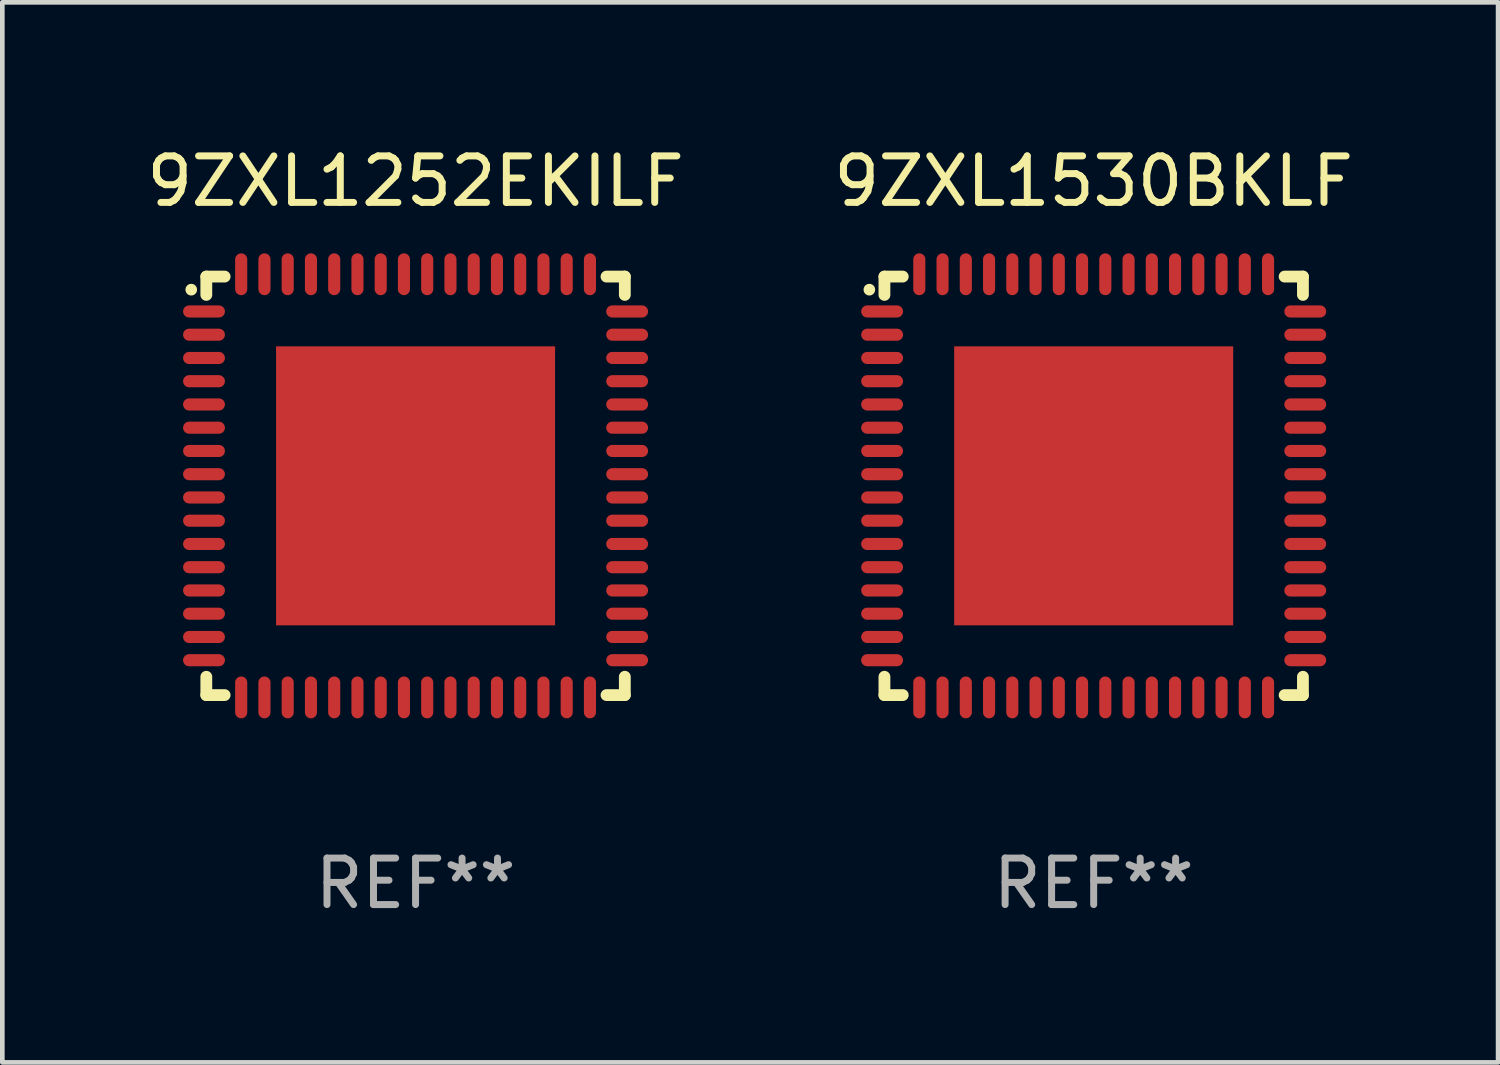
<source format=kicad_pcb>
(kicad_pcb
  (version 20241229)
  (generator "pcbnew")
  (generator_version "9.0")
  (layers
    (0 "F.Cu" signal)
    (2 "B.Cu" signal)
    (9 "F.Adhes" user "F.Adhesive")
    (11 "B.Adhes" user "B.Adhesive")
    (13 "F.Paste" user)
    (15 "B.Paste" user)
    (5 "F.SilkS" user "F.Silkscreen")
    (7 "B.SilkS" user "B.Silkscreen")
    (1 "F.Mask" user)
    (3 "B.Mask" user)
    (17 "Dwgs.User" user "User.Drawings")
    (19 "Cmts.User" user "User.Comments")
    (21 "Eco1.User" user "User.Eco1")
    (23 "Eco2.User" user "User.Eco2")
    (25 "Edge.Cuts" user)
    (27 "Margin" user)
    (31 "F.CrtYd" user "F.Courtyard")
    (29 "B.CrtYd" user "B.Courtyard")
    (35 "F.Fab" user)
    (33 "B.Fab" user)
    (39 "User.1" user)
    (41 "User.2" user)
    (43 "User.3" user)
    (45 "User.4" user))
  (footprint "9ZXL1530BKLF"
    (layer "F.Cu")
    (at 20.47 7.398)
    (property "Reference" "9ZXL1530BKLF" (at 0 -6.55 0) (layer "F.SilkS") (effects (font (size 1 1) (thickness 0.15))))
    (attr through_hole)
    (fp_line (start -4.5 -4.5) (end -4.106 -4.5) (stroke (width 0.254) (type solid)) (layer "F.SilkS"))
    (fp_line (start -4.5 -4.106) (end -4.5 -4.5) (stroke (width 0.254) (type solid)) (layer "F.SilkS"))
    (fp_line (start -4.5 4.5) (end -4.5 4.106) (stroke (width 0.254) (type solid)) (layer "F.SilkS"))
    (fp_line (start -4.106 4.5) (end -4.5 4.5) (stroke (width 0.254) (type solid)) (layer "F.SilkS"))
    (fp_line (start 4.106 -4.5) (end 4.5 -4.5) (stroke (width 0.254) (type solid)) (layer "F.SilkS"))
    (fp_line (start 4.5 -4.5) (end 4.5 -4.106) (stroke (width 0.254) (type solid)) (layer "F.SilkS"))
    (fp_line (start 4.5 4.106) (end 4.5 4.5) (stroke (width 0.254) (type solid)) (layer "F.SilkS"))
    (fp_line (start 4.5 4.5) (end 4.106 4.5) (stroke (width 0.254) (type solid)) (layer "F.SilkS"))
    (fp_arc (start -4.824308 -4.217501) (mid -4.824314 -4.218771) (end -4.824308 -4.220041) (stroke (width 0.24892) (type solid)) (layer "F.SilkS"))
    (fp_text user "REF**" (at 0 8.55 0) (layer "F.Fab") (effects (font (size 1 1) (thickness 0.15))))
    (pad "1" smd oval (at -4.55 -3.75) (size 0.9 0.26) (layers "F.Cu" "F.Mask" "F.Paste"))
    (pad "2" smd oval (at -4.55 -3.25) (size 0.9 0.26) (layers "F.Cu" "F.Mask" "F.Paste"))
    (pad "3" smd oval (at -4.55 -2.75) (size 0.9 0.26) (layers "F.Cu" "F.Mask" "F.Paste"))
    (pad "4" smd oval (at -4.55 -2.25) (size 0.9 0.26) (layers "F.Cu" "F.Mask" "F.Paste"))
    (pad "5" smd oval (at -4.55 -1.75) (size 0.9 0.26) (layers "F.Cu" "F.Mask" "F.Paste"))
    (pad "6" smd oval (at -4.55 -1.25) (size 0.9 0.26) (layers "F.Cu" "F.Mask" "F.Paste"))
    (pad "7" smd oval (at -4.55 -0.75) (size 0.9 0.26) (layers "F.Cu" "F.Mask" "F.Paste"))
    (pad "8" smd oval (at -4.55 -0.25) (size 0.9 0.26) (layers "F.Cu" "F.Mask" "F.Paste"))
    (pad "9" smd oval (at -4.55 0.25) (size 0.9 0.26) (layers "F.Cu" "F.Mask" "F.Paste"))
    (pad "10" smd oval (at -4.55 0.75) (size 0.9 0.26) (layers "F.Cu" "F.Mask" "F.Paste"))
    (pad "11" smd oval (at -4.55 1.25) (size 0.9 0.26) (layers "F.Cu" "F.Mask" "F.Paste"))
    (pad "12" smd oval (at -4.55 1.75) (size 0.9 0.26) (layers "F.Cu" "F.Mask" "F.Paste"))
    (pad "13" smd oval (at -4.55 2.25) (size 0.9 0.26) (layers "F.Cu" "F.Mask" "F.Paste"))
    (pad "14" smd oval (at -4.55 2.75) (size 0.9 0.26) (layers "F.Cu" "F.Mask" "F.Paste"))
    (pad "15" smd oval (at -4.55 3.25) (size 0.9 0.26) (layers "F.Cu" "F.Mask" "F.Paste"))
    (pad "16" smd oval (at -4.55 3.75) (size 0.9 0.26) (layers "F.Cu" "F.Mask" "F.Paste"))
    (pad "17" smd oval (at -3.75 4.55) (size 0.26 0.9) (layers "F.Cu" "F.Mask" "F.Paste"))
    (pad "18" smd oval (at -3.25 4.55) (size 0.26 0.9) (layers "F.Cu" "F.Mask" "F.Paste"))
    (pad "19" smd oval (at -2.75 4.55) (size 0.26 0.9) (layers "F.Cu" "F.Mask" "F.Paste"))
    (pad "20" smd oval (at -2.25 4.55) (size 0.26 0.9) (layers "F.Cu" "F.Mask" "F.Paste"))
    (pad "21" smd oval (at -1.75 4.55) (size 0.26 0.9) (layers "F.Cu" "F.Mask" "F.Paste"))
    (pad "22" smd oval (at -1.25 4.55) (size 0.26 0.9) (layers "F.Cu" "F.Mask" "F.Paste"))
    (pad "23" smd oval (at -0.75 4.55) (size 0.26 0.9) (layers "F.Cu" "F.Mask" "F.Paste"))
    (pad "24" smd oval (at -0.25 4.55) (size 0.26 0.9) (layers "F.Cu" "F.Mask" "F.Paste"))
    (pad "25" smd oval (at 0.25 4.55) (size 0.26 0.9) (layers "F.Cu" "F.Mask" "F.Paste"))
    (pad "26" smd oval (at 0.75 4.55) (size 0.26 0.9) (layers "F.Cu" "F.Mask" "F.Paste"))
    (pad "27" smd oval (at 1.25 4.55) (size 0.26 0.9) (layers "F.Cu" "F.Mask" "F.Paste"))
    (pad "28" smd oval (at 1.75 4.55) (size 0.26 0.9) (layers "F.Cu" "F.Mask" "F.Paste"))
    (pad "29" smd oval (at 2.25 4.55) (size 0.26 0.9) (layers "F.Cu" "F.Mask" "F.Paste"))
    (pad "30" smd oval (at 2.75 4.55) (size 0.26 0.9) (layers "F.Cu" "F.Mask" "F.Paste"))
    (pad "31" smd oval (at 3.25 4.55) (size 0.26 0.9) (layers "F.Cu" "F.Mask" "F.Paste"))
    (pad "32" smd oval (at 3.75 4.55) (size 0.26 0.9) (layers "F.Cu" "F.Mask" "F.Paste"))
    (pad "33" smd oval (at 4.55 3.75) (size 0.9 0.26) (layers "F.Cu" "F.Mask" "F.Paste"))
    (pad "34" smd oval (at 4.55 3.25) (size 0.9 0.26) (layers "F.Cu" "F.Mask" "F.Paste"))
    (pad "35" smd oval (at 4.55 2.75) (size 0.9 0.26) (layers "F.Cu" "F.Mask" "F.Paste"))
    (pad "36" smd oval (at 4.55 2.25) (size 0.9 0.26) (layers "F.Cu" "F.Mask" "F.Paste"))
    (pad "37" smd oval (at 4.55 1.75) (size 0.9 0.26) (layers "F.Cu" "F.Mask" "F.Paste"))
    (pad "38" smd oval (at 4.55 1.25) (size 0.9 0.26) (layers "F.Cu" "F.Mask" "F.Paste"))
    (pad "39" smd oval (at 4.55 0.75) (size 0.9 0.26) (layers "F.Cu" "F.Mask" "F.Paste"))
    (pad "40" smd oval (at 4.55 0.25) (size 0.9 0.26) (layers "F.Cu" "F.Mask" "F.Paste"))
    (pad "41" smd oval (at 4.55 -0.25) (size 0.9 0.26) (layers "F.Cu" "F.Mask" "F.Paste"))
    (pad "42" smd oval (at 4.55 -0.75) (size 0.9 0.26) (layers "F.Cu" "F.Mask" "F.Paste"))
    (pad "43" smd oval (at 4.55 -1.25) (size 0.9 0.26) (layers "F.Cu" "F.Mask" "F.Paste"))
    (pad "44" smd oval (at 4.55 -1.75) (size 0.9 0.26) (layers "F.Cu" "F.Mask" "F.Paste"))
    (pad "45" smd oval (at 4.55 -2.25) (size 0.9 0.26) (layers "F.Cu" "F.Mask" "F.Paste"))
    (pad "46" smd oval (at 4.55 -2.75) (size 0.9 0.26) (layers "F.Cu" "F.Mask" "F.Paste"))
    (pad "47" smd oval (at 4.55 -3.25) (size 0.9 0.26) (layers "F.Cu" "F.Mask" "F.Paste"))
    (pad "48" smd oval (at 4.55 -3.75) (size 0.9 0.26) (layers "F.Cu" "F.Mask" "F.Paste"))
    (pad "49" smd oval (at 3.75 -4.55) (size 0.26 0.9) (layers "F.Cu" "F.Mask" "F.Paste"))
    (pad "50" smd oval (at 3.25 -4.55) (size 0.26 0.9) (layers "F.Cu" "F.Mask" "F.Paste"))
    (pad "51" smd oval (at 2.75 -4.55) (size 0.26 0.9) (layers "F.Cu" "F.Mask" "F.Paste"))
    (pad "52" smd oval (at 2.25 -4.55) (size 0.26 0.9) (layers "F.Cu" "F.Mask" "F.Paste"))
    (pad "53" smd oval (at 1.75 -4.55) (size 0.26 0.9) (layers "F.Cu" "F.Mask" "F.Paste"))
    (pad "54" smd oval (at 1.25 -4.55) (size 0.26 0.9) (layers "F.Cu" "F.Mask" "F.Paste"))
    (pad "55" smd oval (at 0.75 -4.55) (size 0.26 0.9) (layers "F.Cu" "F.Mask" "F.Paste"))
    (pad "56" smd oval (at 0.25 -4.55) (size 0.26 0.9) (layers "F.Cu" "F.Mask" "F.Paste"))
    (pad "57" smd oval (at -0.25 -4.55) (size 0.26 0.9) (layers "F.Cu" "F.Mask" "F.Paste"))
    (pad "58" smd oval (at -0.75 -4.55) (size 0.26 0.9) (layers "F.Cu" "F.Mask" "F.Paste"))
    (pad "59" smd oval (at -1.25 -4.55) (size 0.26 0.9) (layers "F.Cu" "F.Mask" "F.Paste"))
    (pad "60" smd oval (at -1.75 -4.55) (size 0.26 0.9) (layers "F.Cu" "F.Mask" "F.Paste"))
    (pad "61" smd oval (at -2.25 -4.55) (size 0.26 0.9) (layers "F.Cu" "F.Mask" "F.Paste"))
    (pad "62" smd oval (at -2.75 -4.55) (size 0.26 0.9) (layers "F.Cu" "F.Mask" "F.Paste"))
    (pad "63" smd oval (at -3.25 -4.55) (size 0.26 0.9) (layers "F.Cu" "F.Mask" "F.Paste"))
    (pad "64" smd oval (at -3.75 -4.55) (size 0.26 0.9) (layers "F.Cu" "F.Mask" "F.Paste"))
    (pad "65" smd rect (at 0 0.000381) (size 6 6) (layers "F.Cu" "F.Mask" "F.Paste")))
  (footprint "9ZXL1252EKILF"
    (layer "F.Cu")
    (at 5.887 7.398)
    (property "Reference" "9ZXL1252EKILF" (at 0 -6.55 0) (layer "F.SilkS") (effects (font (size 1 1) (thickness 0.15))))
    (attr through_hole)
    (fp_line (start -4.5 -4.5) (end -4.106 -4.5) (stroke (width 0.254) (type solid)) (layer "F.SilkS"))
    (fp_line (start -4.5 -4.106) (end -4.5 -4.5) (stroke (width 0.254) (type solid)) (layer "F.SilkS"))
    (fp_line (start -4.5 4.5) (end -4.5 4.106) (stroke (width 0.254) (type solid)) (layer "F.SilkS"))
    (fp_line (start -4.106 4.5) (end -4.5 4.5) (stroke (width 0.254) (type solid)) (layer "F.SilkS"))
    (fp_line (start 4.106 -4.5) (end 4.5 -4.5) (stroke (width 0.254) (type solid)) (layer "F.SilkS"))
    (fp_line (start 4.5 -4.5) (end 4.5 -4.106) (stroke (width 0.254) (type solid)) (layer "F.SilkS"))
    (fp_line (start 4.5 4.106) (end 4.5 4.5) (stroke (width 0.254) (type solid)) (layer "F.SilkS"))
    (fp_line (start 4.5 4.5) (end 4.106 4.5) (stroke (width 0.254) (type solid)) (layer "F.SilkS"))
    (fp_arc (start -4.824308 -4.217501) (mid -4.824314 -4.218771) (end -4.824308 -4.220041) (stroke (width 0.24892) (type solid)) (layer "F.SilkS"))
    (fp_text user "REF**" (at 0 8.55 0) (layer "F.Fab") (effects (font (size 1 1) (thickness 0.15))))
    (pad "1" smd oval (at -4.55 -3.75) (size 0.9 0.26) (layers "F.Cu" "F.Mask" "F.Paste"))
    (pad "2" smd oval (at -4.55 -3.25) (size 0.9 0.26) (layers "F.Cu" "F.Mask" "F.Paste"))
    (pad "3" smd oval (at -4.55 -2.75) (size 0.9 0.26) (layers "F.Cu" "F.Mask" "F.Paste"))
    (pad "4" smd oval (at -4.55 -2.25) (size 0.9 0.26) (layers "F.Cu" "F.Mask" "F.Paste"))
    (pad "5" smd oval (at -4.55 -1.75) (size 0.9 0.26) (layers "F.Cu" "F.Mask" "F.Paste"))
    (pad "6" smd oval (at -4.55 -1.25) (size 0.9 0.26) (layers "F.Cu" "F.Mask" "F.Paste"))
    (pad "7" smd oval (at -4.55 -0.75) (size 0.9 0.26) (layers "F.Cu" "F.Mask" "F.Paste"))
    (pad "8" smd oval (at -4.55 -0.25) (size 0.9 0.26) (layers "F.Cu" "F.Mask" "F.Paste"))
    (pad "9" smd oval (at -4.55 0.25) (size 0.9 0.26) (layers "F.Cu" "F.Mask" "F.Paste"))
    (pad "10" smd oval (at -4.55 0.75) (size 0.9 0.26) (layers "F.Cu" "F.Mask" "F.Paste"))
    (pad "11" smd oval (at -4.55 1.25) (size 0.9 0.26) (layers "F.Cu" "F.Mask" "F.Paste"))
    (pad "12" smd oval (at -4.55 1.75) (size 0.9 0.26) (layers "F.Cu" "F.Mask" "F.Paste"))
    (pad "13" smd oval (at -4.55 2.25) (size 0.9 0.26) (layers "F.Cu" "F.Mask" "F.Paste"))
    (pad "14" smd oval (at -4.55 2.75) (size 0.9 0.26) (layers "F.Cu" "F.Mask" "F.Paste"))
    (pad "15" smd oval (at -4.55 3.25) (size 0.9 0.26) (layers "F.Cu" "F.Mask" "F.Paste"))
    (pad "16" smd oval (at -4.55 3.75) (size 0.9 0.26) (layers "F.Cu" "F.Mask" "F.Paste"))
    (pad "17" smd oval (at -3.75 4.55) (size 0.26 0.9) (layers "F.Cu" "F.Mask" "F.Paste"))
    (pad "18" smd oval (at -3.25 4.55) (size 0.26 0.9) (layers "F.Cu" "F.Mask" "F.Paste"))
    (pad "19" smd oval (at -2.75 4.55) (size 0.26 0.9) (layers "F.Cu" "F.Mask" "F.Paste"))
    (pad "20" smd oval (at -2.25 4.55) (size 0.26 0.9) (layers "F.Cu" "F.Mask" "F.Paste"))
    (pad "21" smd oval (at -1.75 4.55) (size 0.26 0.9) (layers "F.Cu" "F.Mask" "F.Paste"))
    (pad "22" smd oval (at -1.25 4.55) (size 0.26 0.9) (layers "F.Cu" "F.Mask" "F.Paste"))
    (pad "23" smd oval (at -0.75 4.55) (size 0.26 0.9) (layers "F.Cu" "F.Mask" "F.Paste"))
    (pad "24" smd oval (at -0.25 4.55) (size 0.26 0.9) (layers "F.Cu" "F.Mask" "F.Paste"))
    (pad "25" smd oval (at 0.25 4.55) (size 0.26 0.9) (layers "F.Cu" "F.Mask" "F.Paste"))
    (pad "26" smd oval (at 0.75 4.55) (size 0.26 0.9) (layers "F.Cu" "F.Mask" "F.Paste"))
    (pad "27" smd oval (at 1.25 4.55) (size 0.26 0.9) (layers "F.Cu" "F.Mask" "F.Paste"))
    (pad "28" smd oval (at 1.75 4.55) (size 0.26 0.9) (layers "F.Cu" "F.Mask" "F.Paste"))
    (pad "29" smd oval (at 2.25 4.55) (size 0.26 0.9) (layers "F.Cu" "F.Mask" "F.Paste"))
    (pad "30" smd oval (at 2.75 4.55) (size 0.26 0.9) (layers "F.Cu" "F.Mask" "F.Paste"))
    (pad "31" smd oval (at 3.25 4.55) (size 0.26 0.9) (layers "F.Cu" "F.Mask" "F.Paste"))
    (pad "32" smd oval (at 3.75 4.55) (size 0.26 0.9) (layers "F.Cu" "F.Mask" "F.Paste"))
    (pad "33" smd oval (at 4.55 3.75) (size 0.9 0.26) (layers "F.Cu" "F.Mask" "F.Paste"))
    (pad "34" smd oval (at 4.55 3.25) (size 0.9 0.26) (layers "F.Cu" "F.Mask" "F.Paste"))
    (pad "35" smd oval (at 4.55 2.75) (size 0.9 0.26) (layers "F.Cu" "F.Mask" "F.Paste"))
    (pad "36" smd oval (at 4.55 2.25) (size 0.9 0.26) (layers "F.Cu" "F.Mask" "F.Paste"))
    (pad "37" smd oval (at 4.55 1.75) (size 0.9 0.26) (layers "F.Cu" "F.Mask" "F.Paste"))
    (pad "38" smd oval (at 4.55 1.25) (size 0.9 0.26) (layers "F.Cu" "F.Mask" "F.Paste"))
    (pad "39" smd oval (at 4.55 0.75) (size 0.9 0.26) (layers "F.Cu" "F.Mask" "F.Paste"))
    (pad "40" smd oval (at 4.55 0.25) (size 0.9 0.26) (layers "F.Cu" "F.Mask" "F.Paste"))
    (pad "41" smd oval (at 4.55 -0.25) (size 0.9 0.26) (layers "F.Cu" "F.Mask" "F.Paste"))
    (pad "42" smd oval (at 4.55 -0.75) (size 0.9 0.26) (layers "F.Cu" "F.Mask" "F.Paste"))
    (pad "43" smd oval (at 4.55 -1.25) (size 0.9 0.26) (layers "F.Cu" "F.Mask" "F.Paste"))
    (pad "44" smd oval (at 4.55 -1.75) (size 0.9 0.26) (layers "F.Cu" "F.Mask" "F.Paste"))
    (pad "45" smd oval (at 4.55 -2.25) (size 0.9 0.26) (layers "F.Cu" "F.Mask" "F.Paste"))
    (pad "46" smd oval (at 4.55 -2.75) (size 0.9 0.26) (layers "F.Cu" "F.Mask" "F.Paste"))
    (pad "47" smd oval (at 4.55 -3.25) (size 0.9 0.26) (layers "F.Cu" "F.Mask" "F.Paste"))
    (pad "48" smd oval (at 4.55 -3.75) (size 0.9 0.26) (layers "F.Cu" "F.Mask" "F.Paste"))
    (pad "49" smd oval (at 3.75 -4.55) (size 0.26 0.9) (layers "F.Cu" "F.Mask" "F.Paste"))
    (pad "50" smd oval (at 3.25 -4.55) (size 0.26 0.9) (layers "F.Cu" "F.Mask" "F.Paste"))
    (pad "51" smd oval (at 2.75 -4.55) (size 0.26 0.9) (layers "F.Cu" "F.Mask" "F.Paste"))
    (pad "52" smd oval (at 2.25 -4.55) (size 0.26 0.9) (layers "F.Cu" "F.Mask" "F.Paste"))
    (pad "53" smd oval (at 1.75 -4.55) (size 0.26 0.9) (layers "F.Cu" "F.Mask" "F.Paste"))
    (pad "54" smd oval (at 1.25 -4.55) (size 0.26 0.9) (layers "F.Cu" "F.Mask" "F.Paste"))
    (pad "55" smd oval (at 0.75 -4.55) (size 0.26 0.9) (layers "F.Cu" "F.Mask" "F.Paste"))
    (pad "56" smd oval (at 0.25 -4.55) (size 0.26 0.9) (layers "F.Cu" "F.Mask" "F.Paste"))
    (pad "57" smd oval (at -0.25 -4.55) (size 0.26 0.9) (layers "F.Cu" "F.Mask" "F.Paste"))
    (pad "58" smd oval (at -0.75 -4.55) (size 0.26 0.9) (layers "F.Cu" "F.Mask" "F.Paste"))
    (pad "59" smd oval (at -1.25 -4.55) (size 0.26 0.9) (layers "F.Cu" "F.Mask" "F.Paste"))
    (pad "60" smd oval (at -1.75 -4.55) (size 0.26 0.9) (layers "F.Cu" "F.Mask" "F.Paste"))
    (pad "61" smd oval (at -2.25 -4.55) (size 0.26 0.9) (layers "F.Cu" "F.Mask" "F.Paste"))
    (pad "62" smd oval (at -2.75 -4.55) (size 0.26 0.9) (layers "F.Cu" "F.Mask" "F.Paste"))
    (pad "63" smd oval (at -3.25 -4.55) (size 0.26 0.9) (layers "F.Cu" "F.Mask" "F.Paste"))
    (pad "64" smd oval (at -3.75 -4.55) (size 0.26 0.9) (layers "F.Cu" "F.Mask" "F.Paste"))
    (pad "65" smd rect (at 0 0.000381) (size 6 6) (layers "F.Cu" "F.Mask" "F.Paste")))
  (gr_rect
    (start -3 -3)
    (end 29.167 19.797)
    (stroke (width 0.1) (type default))
    (fill no)
    (layer "Edge.Cuts")))
</source>
